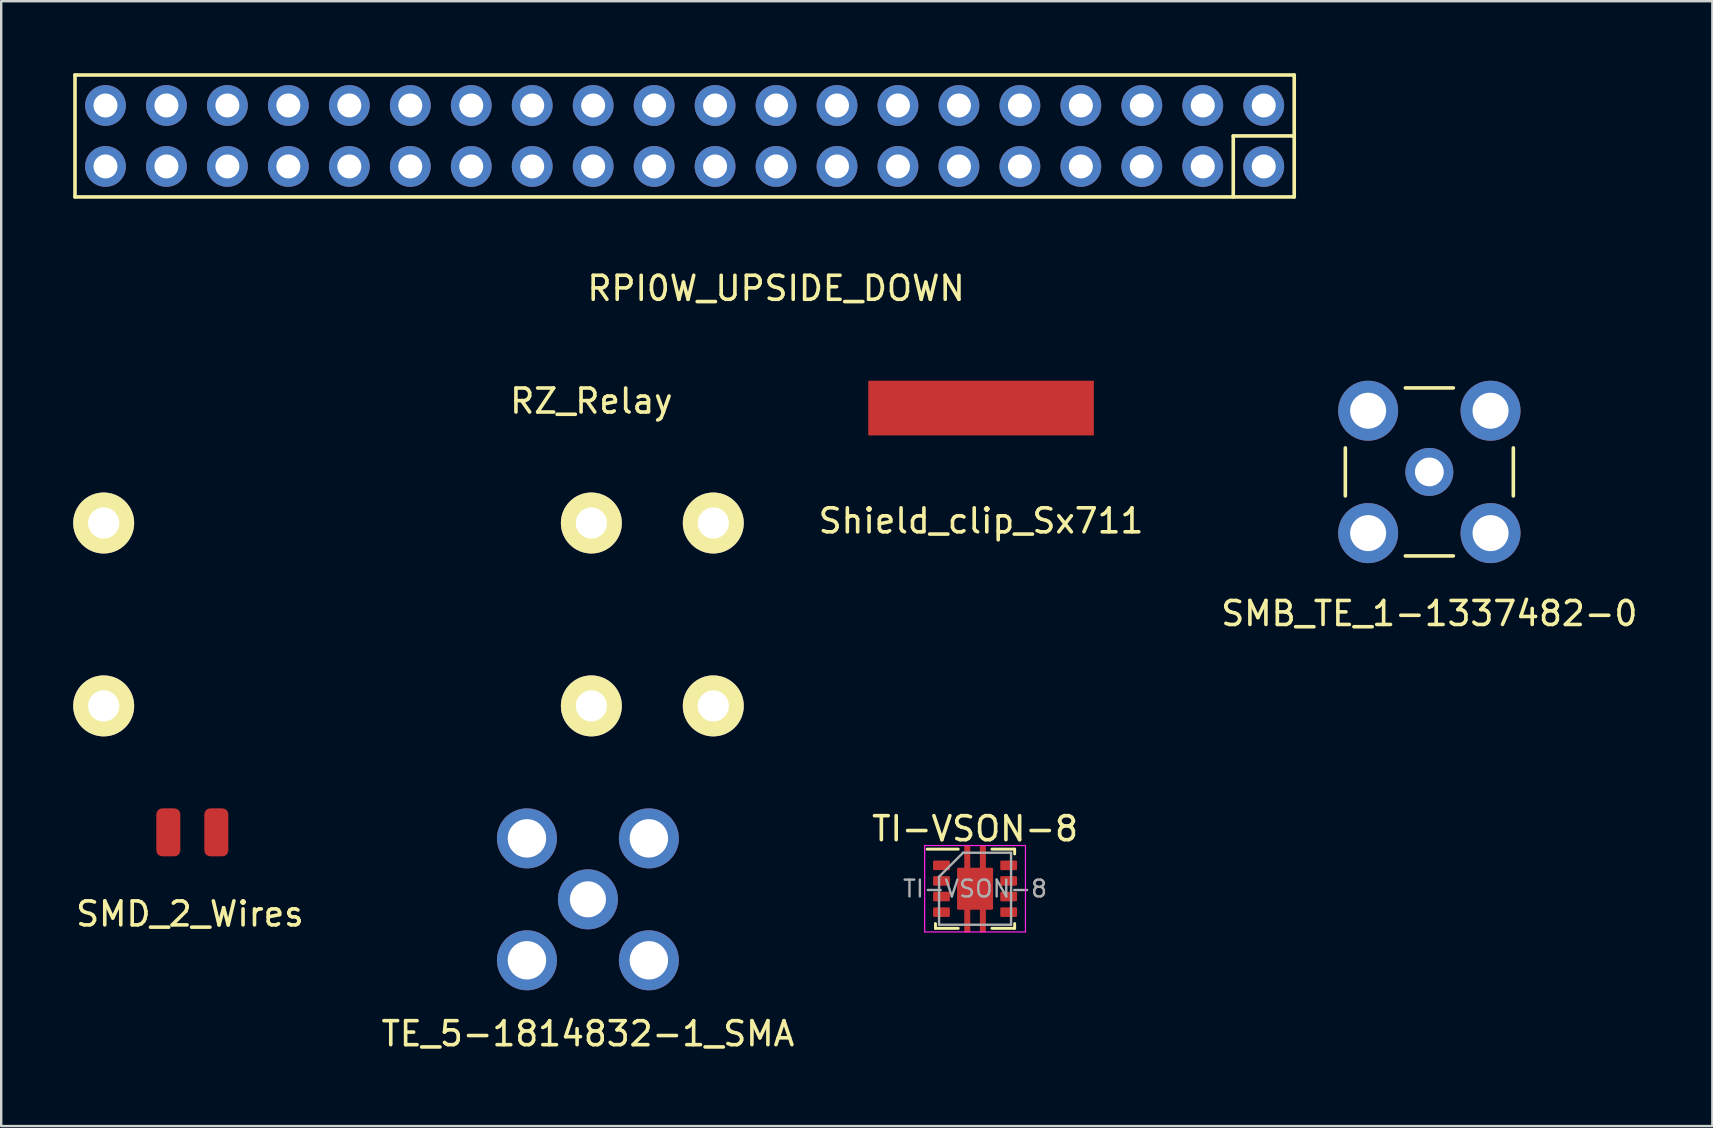
<source format=kicad_pcb>
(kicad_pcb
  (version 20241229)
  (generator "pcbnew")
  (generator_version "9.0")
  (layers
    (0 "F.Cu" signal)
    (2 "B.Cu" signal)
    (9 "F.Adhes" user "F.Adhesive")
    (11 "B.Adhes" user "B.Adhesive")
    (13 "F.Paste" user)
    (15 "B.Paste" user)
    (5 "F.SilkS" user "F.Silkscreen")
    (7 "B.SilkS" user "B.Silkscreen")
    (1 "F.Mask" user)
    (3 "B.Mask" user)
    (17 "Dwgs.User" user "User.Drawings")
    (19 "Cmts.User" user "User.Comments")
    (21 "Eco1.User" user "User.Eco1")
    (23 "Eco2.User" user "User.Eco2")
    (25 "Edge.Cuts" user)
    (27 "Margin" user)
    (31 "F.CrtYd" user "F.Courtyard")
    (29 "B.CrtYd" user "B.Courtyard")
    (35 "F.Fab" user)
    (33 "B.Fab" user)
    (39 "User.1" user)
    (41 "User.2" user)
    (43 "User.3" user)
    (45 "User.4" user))
  (footprint "TE_5-1814832-1_SMA"
    (layer "F.Cu")
    (at 21.446 34.422)
    (property "Reference" "TE_5-1814832-1_SMA" (at 0 5.6 0) (layer "F.SilkS") (effects (font (size 1 1) (thickness 0.15))))
    (attr through_hole)
    (pad "1" thru_hole circle (at 0 0) (size 2.5 2.5) (drill 1.5) (layers "*.Cu" "*.Mask"))
    (pad "2" thru_hole circle (at -2.54 -2.54) (size 2.5 2.5) (drill 1.6) (layers "*.Cu" "*.Mask"))
    (pad "2" thru_hole circle (at -2.54 2.54) (size 2.5 2.5) (drill 1.6) (layers "*.Cu" "*.Mask"))
    (pad "2" thru_hole circle (at 2.54 -2.54) (size 2.5 2.5) (drill 1.6) (layers "*.Cu" "*.Mask"))
    (pad "2" thru_hole circle (at 2.54 2.54) (size 2.5 2.5) (drill 1.6) (layers "*.Cu" "*.Mask")))
  (footprint "SMD_2_Wires"
    (layer "F.Cu")
    (at 4.963 31.631)
    (property "Reference" "SMD_2_Wires" (at -0.1 3.4 0) (layer "F.SilkS") (effects (font (size 1 1) (thickness 0.15))))
    (attr through_hole)
    (pad "1" smd roundrect (at -1 0) (size 1 2) (layers "F.Cu" "F.Mask" "F.Paste") (roundrect_rratio 0.25))
    (pad "2" smd roundrect (at 1 0) (size 1 2) (layers "F.Cu" "F.Mask" "F.Paste") (roundrect_rratio 0.25)))
  (footprint "RPI0W_UPSIDE_DOWN"
    (layer "F.Cu")
    (at 29.285 3.885)
    (property "Reference" "RPI0W_UPSIDE_DOWN" (at 0 5.08 0) (layer "F.SilkS") (effects (font (size 1 1) (thickness 0.15))))
    (attr through_hole)
    (fp_line (start -29.21 -3.81) (end 21.59 -3.81) (stroke (width 0.15) (type solid)) (layer "F.SilkS"))
    (fp_line (start -29.21 1.27) (end -29.21 -3.81) (stroke (width 0.15) (type solid)) (layer "F.SilkS"))
    (fp_line (start 19.05 -1.27) (end 21.59 -1.27) (stroke (width 0.15) (type solid)) (layer "F.SilkS"))
    (fp_line (start 19.05 1.27) (end 19.05 -1.27) (stroke (width 0.15) (type solid)) (layer "F.SilkS"))
    (fp_line (start 21.59 -3.81) (end 21.59 1.27) (stroke (width 0.15) (type solid)) (layer "F.SilkS"))
    (fp_line (start 21.59 1.27) (end -29.21 1.27) (stroke (width 0.15) (type solid)) (layer "F.SilkS"))
    (pad "1" thru_hole circle (at 20.32 0) (size 1.7 1.7) (drill 1) (layers "*.Cu" "*.Mask"))
    (pad "2" thru_hole circle (at 20.32 -2.54) (size 1.7 1.7) (drill 1) (layers "*.Cu" "*.Mask"))
    (pad "3" thru_hole circle (at 17.78 0) (size 1.7 1.7) (drill 1) (layers "*.Cu" "*.Mask"))
    (pad "4" thru_hole circle (at 17.78 -2.54) (size 1.7 1.7) (drill 1) (layers "*.Cu" "*.Mask"))
    (pad "5" thru_hole circle (at 15.24 0) (size 1.7 1.7) (drill 1) (layers "*.Cu" "*.Mask"))
    (pad "6" thru_hole circle (at 15.24 -2.54) (size 1.7 1.7) (drill 1) (layers "*.Cu" "*.Mask"))
    (pad "7" thru_hole circle (at 12.7 0) (size 1.7 1.7) (drill 1) (layers "*.Cu" "*.Mask"))
    (pad "8" thru_hole circle (at 12.7 -2.54) (size 1.7 1.7) (drill 1) (layers "*.Cu" "*.Mask"))
    (pad "9" thru_hole circle (at 10.16 0) (size 1.7 1.7) (drill 1) (layers "*.Cu" "*.Mask"))
    (pad "10" thru_hole circle (at 10.16 -2.54) (size 1.7 1.7) (drill 1) (layers "*.Cu" "*.Mask"))
    (pad "11" thru_hole circle (at 7.62 0) (size 1.7 1.7) (drill 1) (layers "*.Cu" "*.Mask"))
    (pad "12" thru_hole circle (at 7.62 -2.54) (size 1.7 1.7) (drill 1) (layers "*.Cu" "*.Mask"))
    (pad "13" thru_hole circle (at 5.08 0) (size 1.7 1.7) (drill 1) (layers "*.Cu" "*.Mask"))
    (pad "14" thru_hole circle (at 5.08 -2.54) (size 1.7 1.7) (drill 1) (layers "*.Cu" "*.Mask"))
    (pad "15" thru_hole circle (at 2.54 0) (size 1.7 1.7) (drill 1) (layers "*.Cu" "*.Mask"))
    (pad "16" thru_hole circle (at 2.54 -2.54) (size 1.7 1.7) (drill 1) (layers "*.Cu" "*.Mask"))
    (pad "17" thru_hole circle (at 0 0) (size 1.7 1.7) (drill 1) (layers "*.Cu" "*.Mask"))
    (pad "18" thru_hole circle (at 0 -2.54) (size 1.7 1.7) (drill 1) (layers "*.Cu" "*.Mask"))
    (pad "19" thru_hole circle (at -2.54 0) (size 1.7 1.7) (drill 1) (layers "*.Cu" "*.Mask"))
    (pad "20" thru_hole circle (at -2.54 -2.54) (size 1.7 1.7) (drill 1) (layers "*.Cu" "*.Mask"))
    (pad "21" thru_hole circle (at -5.08 0) (size 1.7 1.7) (drill 1) (layers "*.Cu" "*.Mask"))
    (pad "22" thru_hole circle (at -5.08 -2.54) (size 1.7 1.7) (drill 1) (layers "*.Cu" "*.Mask"))
    (pad "23" thru_hole circle (at -7.62 0) (size 1.7 1.7) (drill 1) (layers "*.Cu" "*.Mask"))
    (pad "24" thru_hole circle (at -7.62 -2.54) (size 1.7 1.7) (drill 1) (layers "*.Cu" "*.Mask"))
    (pad "25" thru_hole circle (at -10.16 0) (size 1.7 1.7) (drill 1) (layers "*.Cu" "*.Mask"))
    (pad "26" thru_hole circle (at -10.16 -2.54) (size 1.7 1.7) (drill 1) (layers "*.Cu" "*.Mask"))
    (pad "27" thru_hole circle (at -12.7 0) (size 1.7 1.7) (drill 1) (layers "*.Cu" "*.Mask"))
    (pad "28" thru_hole circle (at -12.7 -2.54) (size 1.7 1.7) (drill 1) (layers "*.Cu" "*.Mask"))
    (pad "29" thru_hole circle (at -15.24 0) (size 1.7 1.7) (drill 1) (layers "*.Cu" "*.Mask"))
    (pad "30" thru_hole circle (at -15.24 -2.54) (size 1.7 1.7) (drill 1) (layers "*.Cu" "*.Mask"))
    (pad "31" thru_hole circle (at -17.78 0) (size 1.7 1.7) (drill 1) (layers "*.Cu" "*.Mask"))
    (pad "32" thru_hole circle (at -17.78 -2.54) (size 1.7 1.7) (drill 1) (layers "*.Cu" "*.Mask"))
    (pad "33" thru_hole circle (at -20.32 0) (size 1.7 1.7) (drill 1) (layers "*.Cu" "*.Mask"))
    (pad "34" thru_hole circle (at -20.32 -2.54) (size 1.7 1.7) (drill 1) (layers "*.Cu" "*.Mask"))
    (pad "35" thru_hole circle (at -22.86 0) (size 1.7 1.7) (drill 1) (layers "*.Cu" "*.Mask"))
    (pad "36" thru_hole circle (at -22.86 -2.54) (size 1.7 1.7) (drill 1) (layers "*.Cu" "*.Mask"))
    (pad "37" thru_hole circle (at -25.4 0) (size 1.7 1.7) (drill 1) (layers "*.Cu" "*.Mask"))
    (pad "38" thru_hole circle (at -25.4 -2.54) (size 1.7 1.7) (drill 1) (layers "*.Cu" "*.Mask"))
    (pad "39" thru_hole circle (at -27.94 0) (size 1.7 1.7) (drill 1) (layers "*.Cu" "*.Mask"))
    (pad "40" thru_hole circle (at -27.94 -2.54) (size 1.7 1.7) (drill 1) (layers "*.Cu" "*.Mask")))
  (footprint "TI-VSON-8"
    (layer "F.Cu")
    (at 37.577 33.98)
    (property "Reference" "TI-VSON-8" (at 0 -2.5 0) (layer "F.SilkS") (effects (font (size 1 1) (thickness 0.15))))
    (attr smd)
    (fp_line (start -2 -1.65) (end -0.7 -1.65) (stroke (width 0.12) (type solid)) (layer "F.SilkS"))
    (fp_line (start -1.65 1.65) (end -1.65 1.45) (stroke (width 0.12) (type solid)) (layer "F.SilkS"))
    (fp_line (start -1.65 1.65) (end -0.7 1.65) (stroke (width 0.12) (type solid)) (layer "F.SilkS"))
    (fp_line (start 0.7 -1.65) (end 1.65 -1.65) (stroke (width 0.12) (type solid)) (layer "F.SilkS"))
    (fp_line (start 0.7 1.65) (end 1.65 1.65) (stroke (width 0.12) (type solid)) (layer "F.SilkS"))
    (fp_line (start 1.65 -1.45) (end 1.65 -1.65) (stroke (width 0.12) (type solid)) (layer "F.SilkS"))
    (fp_line (start 1.65 1.45) (end 1.65 1.65) (stroke (width 0.12) (type solid)) (layer "F.SilkS"))
    (fp_line (start -2.1 -1.8) (end -2.1 1.8) (stroke (width 0.05) (type solid)) (layer "F.CrtYd"))
    (fp_line (start -2.1 -1.8) (end 2.1 -1.8) (stroke (width 0.05) (type solid)) (layer "F.CrtYd"))
    (fp_line (start -2.1 1.8) (end 2.1 1.8) (stroke (width 0.05) (type solid)) (layer "F.CrtYd"))
    (fp_line (start 2.1 -1.8) (end 2.1 1.8) (stroke (width 0.05) (type solid)) (layer "F.CrtYd"))
    (fp_line (start -1.5 1.5) (end -1.5 -0.5) (stroke (width 0.1) (type solid)) (layer "F.Fab"))
    (fp_line (start -0.5 -1.5) (end -1.5 -0.5) (stroke (width 0.1) (type solid)) (layer "F.Fab"))
    (fp_line (start -0.5 -1.5) (end 1.5 -1.5) (stroke (width 0.1) (type solid)) (layer "F.Fab"))
    (fp_line (start 1.5 -1.5) (end 1.5 1.5) (stroke (width 0.1) (type solid)) (layer "F.Fab"))
    (fp_line (start 1.5 1.5) (end -1.5 1.5) (stroke (width 0.1) (type solid)) (layer "F.Fab"))
    (fp_text user "${REFERENCE}" (at 0 0 0) (layer "F.Fab") (effects (font (size 0.7 0.7) (thickness 0.1))))
    (pad "1" smd roundrect (at -1.4 -0.975) (size 0.7 0.4) (layers "F.Cu" "F.Mask" "F.Paste") (roundrect_rratio 0.125))
    (pad "2" smd roundrect (at -1.4 -0.325) (size 0.7 0.4) (layers "F.Cu" "F.Mask" "F.Paste") (roundrect_rratio 0.125))
    (pad "3" smd roundrect (at -1.4 0.325) (size 0.7 0.4) (layers "F.Cu" "F.Mask" "F.Paste") (roundrect_rratio 0.125))
    (pad "4" smd roundrect (at -1.4 0.975) (size 0.7 0.4) (layers "F.Cu" "F.Mask" "F.Paste") (roundrect_rratio 0.125))
    (pad "5" smd roundrect (at 1.4 0.975) (size 0.7 0.4) (layers "F.Cu" "F.Mask" "F.Paste") (roundrect_rratio 0.125))
    (pad "6" smd roundrect (at 1.4 0.325) (size 0.7 0.4) (layers "F.Cu" "F.Mask" "F.Paste") (roundrect_rratio 0.125))
    (pad "7" smd roundrect (at 1.4 -0.325) (size 0.7 0.4) (layers "F.Cu" "F.Mask" "F.Paste") (roundrect_rratio 0.125))
    (pad "8" smd roundrect (at 1.4 -0.975) (size 0.7 0.4) (layers "F.Cu" "F.Mask" "F.Paste") (roundrect_rratio 0.125))
    (pad "9" smd roundrect (at -0.325 -1.325) (size 0.25 1) (layers "F.Cu" "F.Mask" "F.Paste") (roundrect_rratio 0.2))
    (pad "9" smd roundrect (at -0.325 1.325) (size 0.25 1) (layers "F.Cu" "F.Mask" "F.Paste") (roundrect_rratio 0.2))
    (pad "9" smd roundrect (at 0 0) (size 1.5 1.75) (layers "F.Cu" "F.Mask" "F.Paste") (roundrect_rratio 0.033))
    (pad "9" smd roundrect (at 0.325 -1.325) (size 0.25 1) (layers "F.Cu" "F.Mask" "F.Paste") (roundrect_rratio 0.2))
    (pad "9" smd roundrect (at 0.325 1.325) (size 0.25 1) (layers "F.Cu" "F.Mask" "F.Paste") (roundrect_rratio 0.2)))
  (footprint "SMB_TE_1-1337482-0"
    (layer "F.Cu")
    (at 56.505 16.613)
    (property "Reference" "SMB_TE_1-1337482-0" (at 0 5.9 0) (layer "F.SilkS") (effects (font (size 1 1) (thickness 0.15))))
    (attr through_hole)
    (fp_line (start -3.5 -1) (end -3.5 1) (stroke (width 0.15) (type solid)) (layer "F.SilkS"))
    (fp_line (start -1 3.5) (end 1 3.5) (stroke (width 0.15) (type solid)) (layer "F.SilkS"))
    (fp_line (start 1 -3.5) (end -1 -3.5) (stroke (width 0.15) (type solid)) (layer "F.SilkS"))
    (fp_line (start 3.5 -1) (end 3.5 1) (stroke (width 0.15) (type solid)) (layer "F.SilkS"))
    (pad "1" thru_hole circle (at 0 0) (size 2 2) (drill 1.2) (layers "*.Cu" "*.Mask"))
    (pad "2" thru_hole circle (at -2.55 -2.55) (size 2.5 2.5) (drill 1.5) (layers "*.Cu" "*.Mask"))
    (pad "2" thru_hole circle (at -2.55 2.55) (size 2.5 2.5) (drill 1.5) (layers "*.Cu" "*.Mask"))
    (pad "2" thru_hole circle (at 2.55 -2.55) (size 2.5 2.5) (drill 1.5) (layers "*.Cu" "*.Mask"))
    (pad "2" thru_hole circle (at 2.55 2.55) (size 2.5 2.5) (drill 1.5) (layers "*.Cu" "*.Mask")))
  (footprint "Shield_clip_Sx711"
    (layer "F.Cu")
    (at 37.827 13.953)
    (property "Reference" "Shield_clip_Sx711" (at 0 4.7 0) (layer "F.SilkS") (effects (font (size 1 1) (thickness 0.15))))
    (attr through_hole)
    (pad "1" smd rect (at 0 0) (size 9.4 2.28) (layers "F.Cu" "F.Mask" "F.Paste")))
  (footprint "RZ_Relay"
    (layer "F.Cu")
    (at 11.43 23.822)
    (property "Reference" "RZ_Relay" (at 10.16 -10.16 0) (layer "F.SilkS") (effects (font (size 1 1) (thickness 0.15))))
    (attr through_hole)
    (pad "1" thru_hole circle (at -10.16 -5.08) (size 2.54 2.54) (drill 1.3) (layers "*.Cu" "*.Mask" "F.SilkS"))
    (pad "2" thru_hole circle (at -10.16 2.54) (size 2.54 2.54) (drill 1.3) (layers "*.Cu" "*.Mask" "F.SilkS"))
    (pad "3" thru_hole circle (at 15.24 -5.08) (size 2.54 2.54) (drill 1.3) (layers "*.Cu" "*.Mask" "F.SilkS"))
    (pad "3" thru_hole circle (at 15.24 2.54) (size 2.54 2.54) (drill 1.3) (layers "*.Cu" "*.Mask" "F.SilkS"))
    (pad "4" thru_hole circle (at 10.16 -5.08) (size 2.54 2.54) (drill 1.3) (layers "*.Cu" "*.Mask" "F.SilkS"))
    (pad "4" thru_hole circle (at 10.16 2.54) (size 2.54 2.54) (drill 1.3) (layers "*.Cu" "*.Mask" "F.SilkS")))
  (gr_rect
    (start -3 -3)
    (end 68.297 43.87)
    (stroke (width 0.1) (type default))
    (fill no)
    (layer "Edge.Cuts")))
</source>
